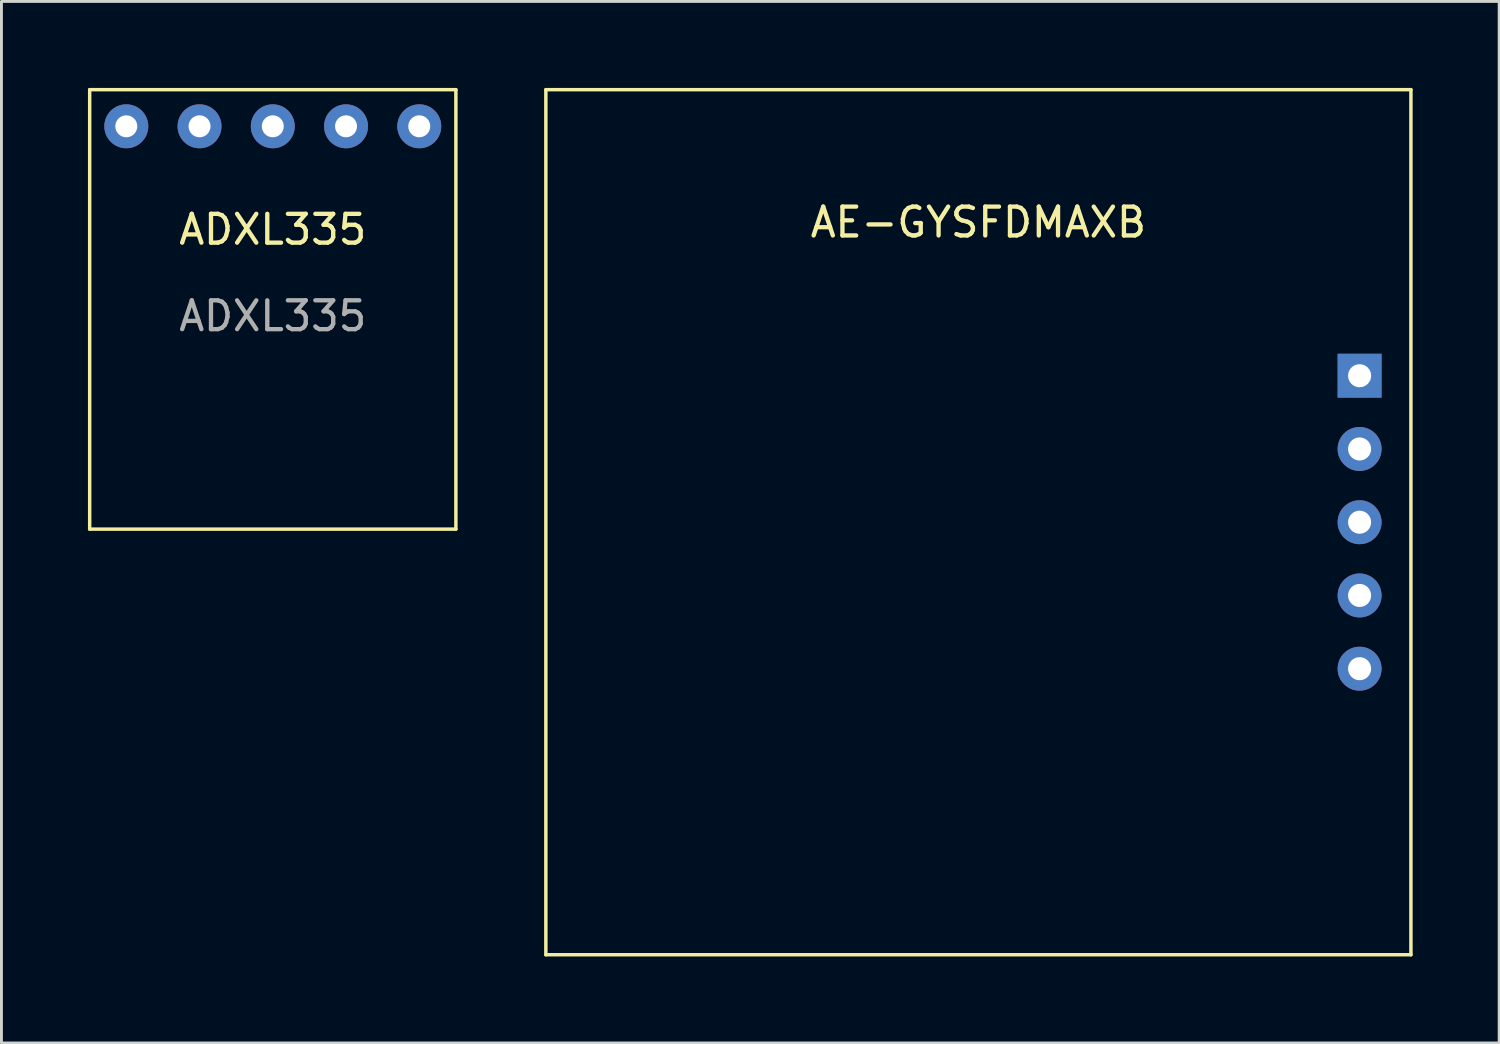
<source format=kicad_pcb>
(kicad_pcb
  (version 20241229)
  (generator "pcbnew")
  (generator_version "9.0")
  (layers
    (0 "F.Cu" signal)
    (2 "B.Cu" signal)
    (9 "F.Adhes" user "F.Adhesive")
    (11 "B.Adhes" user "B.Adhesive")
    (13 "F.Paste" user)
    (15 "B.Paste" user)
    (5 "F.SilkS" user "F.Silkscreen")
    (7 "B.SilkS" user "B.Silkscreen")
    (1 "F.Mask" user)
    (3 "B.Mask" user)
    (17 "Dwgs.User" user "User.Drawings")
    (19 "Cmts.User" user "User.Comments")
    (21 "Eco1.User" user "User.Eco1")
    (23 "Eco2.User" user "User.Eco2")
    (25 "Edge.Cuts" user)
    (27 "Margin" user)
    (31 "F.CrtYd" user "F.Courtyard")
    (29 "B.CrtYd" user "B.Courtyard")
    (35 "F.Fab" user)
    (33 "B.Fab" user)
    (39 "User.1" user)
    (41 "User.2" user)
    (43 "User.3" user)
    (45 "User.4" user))
  (footprint "ADXL335"
    (layer "F.Cu")
    (at 6.41 5.14)
    (property "Reference" "ADXL335" (at 0 -0.23 0) (unlocked yes) (layer "F.SilkS") (effects (font (size 1 1) (thickness 0.15))))
    (attr through_hole)
    (fp_line (start -6.35 -5.08) (end 6.35 -5.08) (stroke (width 0.12) (type solid)) (layer "F.SilkS"))
    (fp_line (start -6.35 10.16) (end -6.35 -5.08) (stroke (width 0.12) (type solid)) (layer "F.SilkS"))
    (fp_line (start 6.35 -5.08) (end 6.35 10.16) (stroke (width 0.12) (type solid)) (layer "F.SilkS"))
    (fp_line (start 6.35 10.16) (end -6.35 10.16) (stroke (width 0.12) (type solid)) (layer "F.SilkS"))
    (fp_text user "${REFERENCE}" (at 0 2.77 0) (unlocked yes) (layer "F.Fab") (effects (font (size 1 1) (thickness 0.15))))
    (pad "1" thru_hole circle (at -5.08 -3.81) (size 1.524 1.524) (drill 0.762) (layers "*.Cu" "*.Mask"))
    (pad "2" thru_hole circle (at -2.54 -3.81) (size 1.524 1.524) (drill 0.762) (layers "*.Cu" "*.Mask"))
    (pad "3" thru_hole circle (at 0 -3.81) (size 1.524 1.524) (drill 0.762) (layers "*.Cu" "*.Mask"))
    (pad "4" thru_hole circle (at 2.54 -3.81) (size 1.524 1.524) (drill 0.762) (layers "*.Cu" "*.Mask"))
    (pad "5" thru_hole circle (at 5.08 -3.81) (size 1.524 1.524) (drill 0.762) (layers "*.Cu" "*.Mask")))
  (footprint "AE-GYSFDMAXB"
    (layer "F.Cu")
    (at 30.88 15.06)
    (property "Reference" "AE-GYSFDMAXB" (at 0 -10.4 0) (layer "F.SilkS") (effects (font (size 1 1) (thickness 0.15))))
    (attr through_hole)
    (fp_line (start -15 -15) (end -15 15) (stroke (width 0.12) (type solid)) (layer "F.SilkS"))
    (fp_line (start -15 15) (end 15 15) (stroke (width 0.12) (type solid)) (layer "F.SilkS"))
    (fp_line (start 15 -15) (end -15 -15) (stroke (width 0.12) (type solid)) (layer "F.SilkS"))
    (fp_line (start 15 15) (end 15 -15) (stroke (width 0.12) (type solid)) (layer "F.SilkS"))
    (pad "1" thru_hole rect (at 13.22 -5.08) (size 1.524 1.524) (drill 0.8) (layers "*.Cu" "*.Mask"))
    (pad "2" thru_hole circle (at 13.22 -2.54) (size 1.524 1.524) (drill 0.8) (layers "*.Cu" "*.Mask"))
    (pad "3" thru_hole circle (at 13.22 0) (size 1.524 1.524) (drill 0.8) (layers "*.Cu" "*.Mask"))
    (pad "4" thru_hole circle (at 13.22 2.54) (size 1.524 1.524) (drill 0.8) (layers "*.Cu" "*.Mask"))
    (pad "5" thru_hole circle (at 13.22 5.08) (size 1.524 1.524) (drill 0.8) (layers "*.Cu" "*.Mask")))
  (gr_rect
    (start -3 -3)
    (end 48.94 33.12)
    (stroke (width 0.1) (type default))
    (fill no)
    (layer "Edge.Cuts")))
</source>
